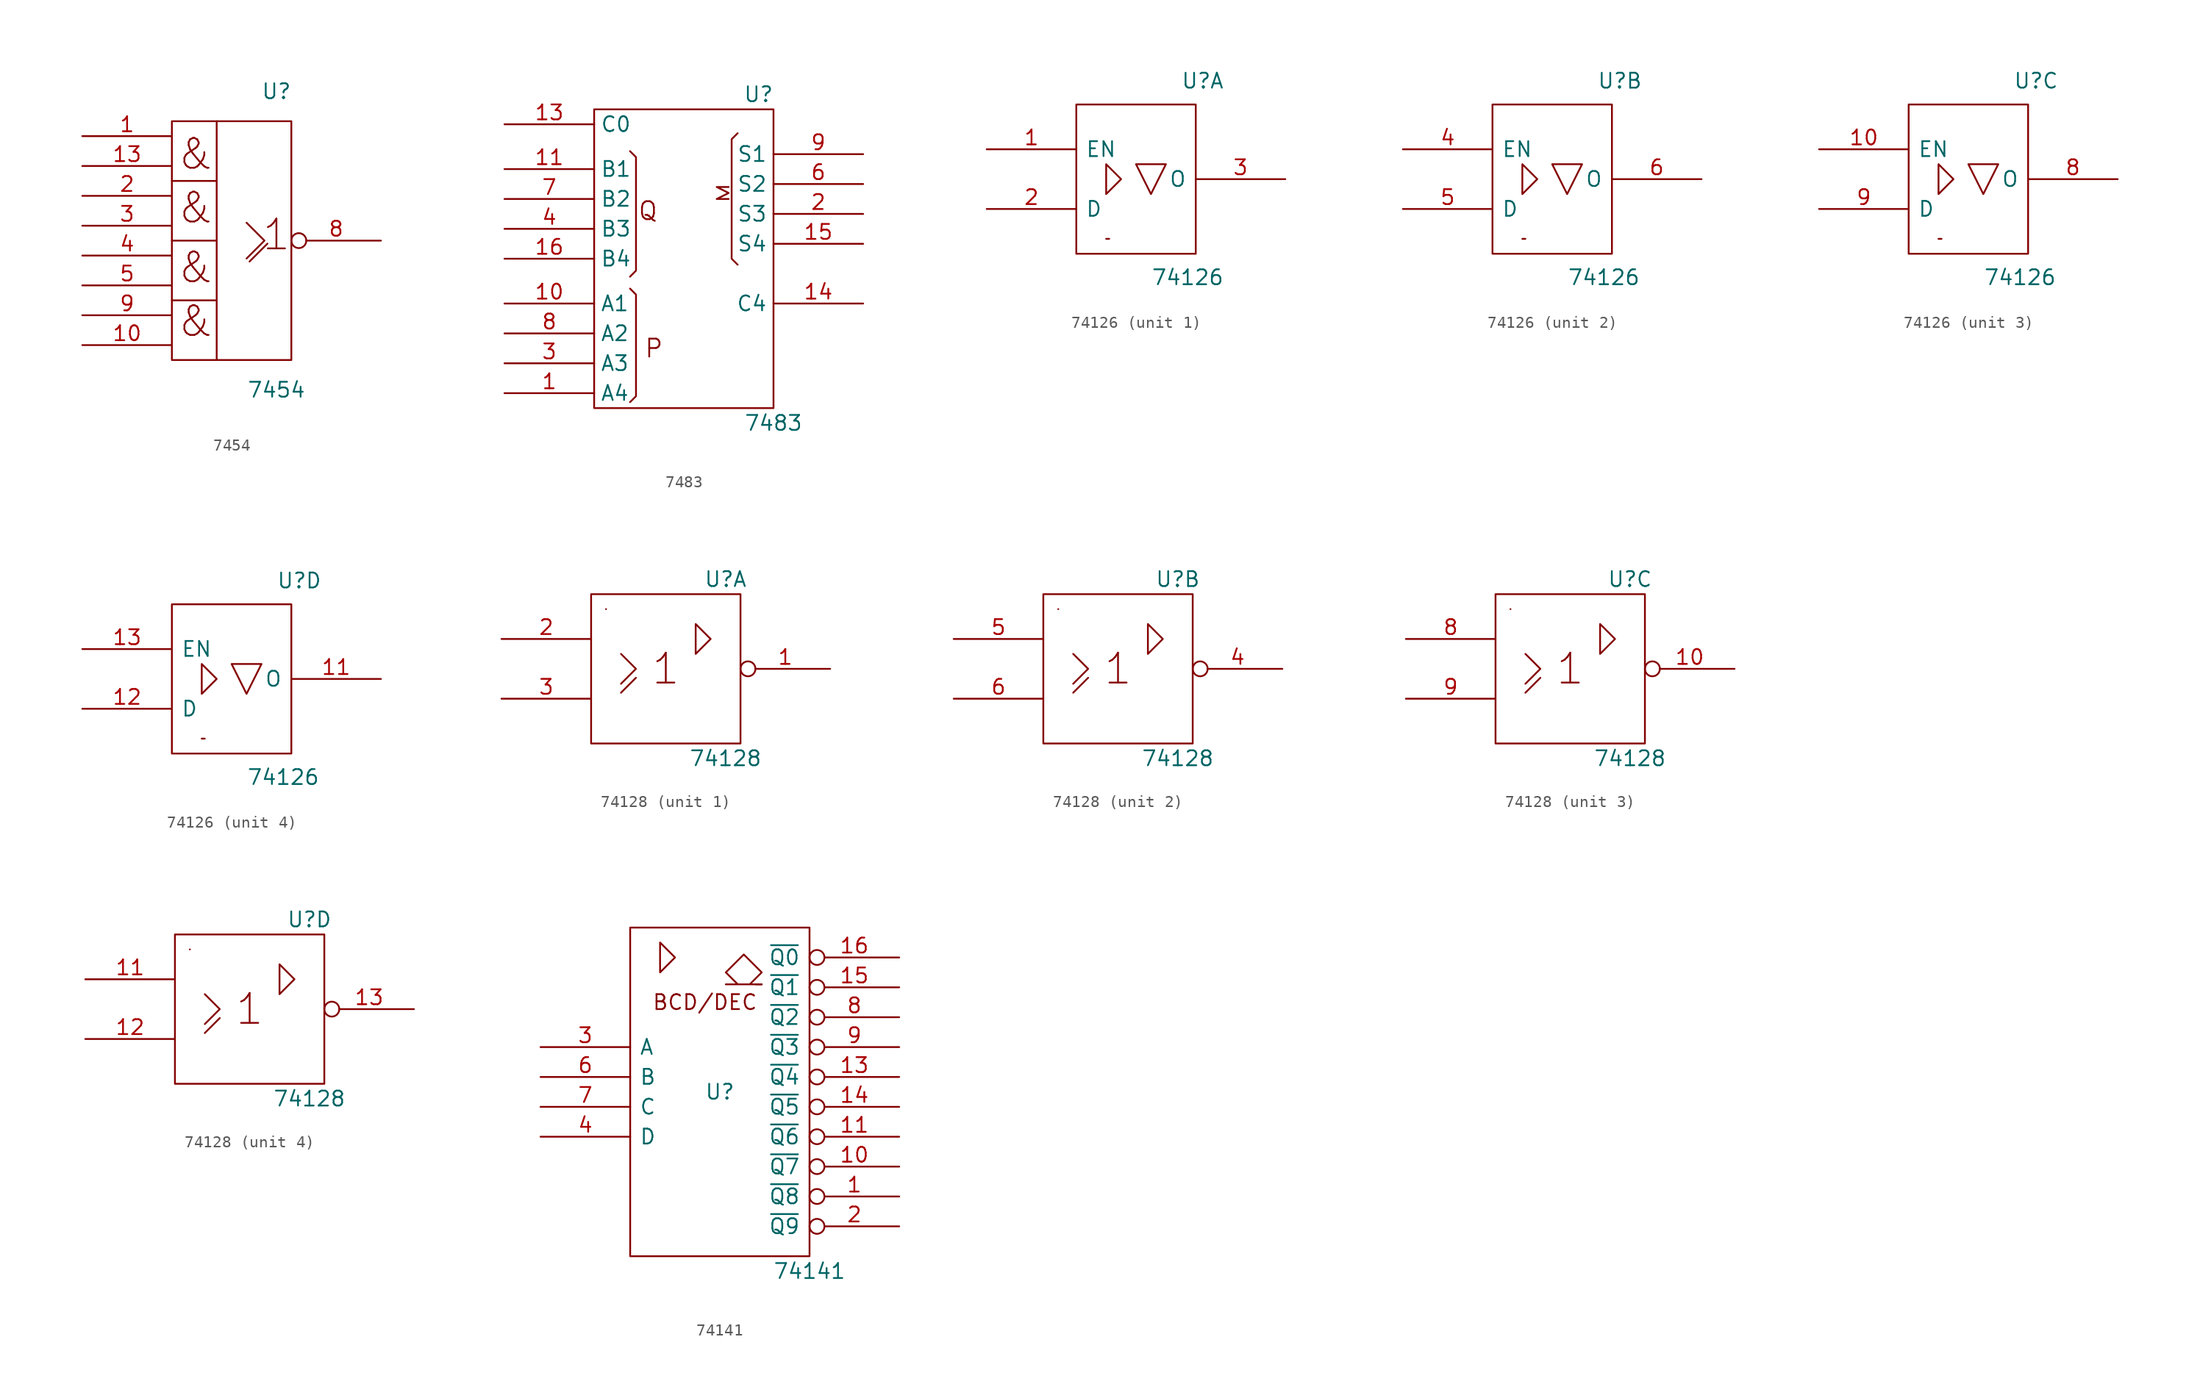
<source format=kicad_sym>
(kicad_symbol_lib
  (version 20211014)
  (generator kicad_symbol_editor)
  (symbol "7454"
    (pin_names
      (offset 0.762))
    (property "Reference" "U"
      (at 3.81 12.7 0)
      (effects (font (size 1.27 1.27))))
    (property "Value" "7454"
      (at 3.81 -12.7 0)
      (effects (font (size 1.27 1.27))))
    (symbol "7454_0_0"
      (polyline (pts (xy 1.524 -1.778) (xy 3.048 -0.254) (xy 3.048 -0.254)) (stroke (width 0) (type default) (color 0 0 0 0)) (fill (type none)))
      (polyline (pts (xy 1.27 1.524) (xy 2.794 0) (xy 1.27 -1.524) (xy 1.27 -1.524)) (stroke (width 0) (type default) (color 0 0 0 0)) (fill (type none)))
      (text "&" (at -3.048 -6.858 0) (effects (font (size 2.54 2.54))))
      (text "&" (at -3.048 -2.286 0) (effects (font (size 2.54 2.54))))
      (text "&" (at -3.048 2.794 0) (effects (font (size 2.54 2.54))))
      (text "&" (at -3.048 7.366 0) (effects (font (size 2.54 2.54))))
      (text "1" (at 3.81 0.508 0) (effects (font (size 2.54 2.54))))
      (pin power_in line (at 0 10.16 270) (length 0) hide (name "VCC" (effects (font (size 1.27 1.27)))) (number "14" (effects (font (size 1.27 1.27))))))
    (symbol "7454_0_1"
      (rectangle (start -5.08 10.16) (end 5.08 -10.16) (stroke (width 0) (type default) (color 0 0 0 0)) (fill (type none)))
      (polyline (pts (xy -1.27 10.16) (xy -1.27 5.08) (xy -5.08 5.08) (xy -1.27 5.08) (xy -1.27 0) (xy -5.08 0) (xy -1.27 0) (xy -1.27 -5.08) (xy -5.08 -5.08) (xy -1.27 -5.08) (xy -1.27 -10.16) (xy -1.27 -10.16)) (stroke (width 0) (type default) (color 0 0 0 0)) (fill (type none)))
      (pin power_in line (at 0 -10.16 90) (length 0) hide (name "GND" (effects (font (size 1.27 1.27)))) (number "7" (effects (font (size 1.27 1.27))))))
    (symbol "7454_1_1"
      (pin input line (at -12.7 8.89 0) (length 7.62) (name "~" (effects (font (size 1.27 1.27)))) (number "1" (effects (font (size 1.27 1.27)))))
      (pin input line (at -12.7 -8.89 0) (length 7.62) (name "~" (effects (font (size 1.27 1.27)))) (number "10" (effects (font (size 1.27 1.27)))))
      (pin input line (at -12.7 6.35 0) (length 7.62) (name "~" (effects (font (size 1.27 1.27)))) (number "13" (effects (font (size 1.27 1.27)))))
      (pin input line (at -12.7 3.81 0) (length 7.62) (name "~" (effects (font (size 1.27 1.27)))) (number "2" (effects (font (size 1.27 1.27)))))
      (pin input line (at -12.7 1.27 0) (length 7.62) (name "~" (effects (font (size 1.27 1.27)))) (number "3" (effects (font (size 1.27 1.27)))))
      (pin input line (at -12.7 -1.27 0) (length 7.62) (name "~" (effects (font (size 1.27 1.27)))) (number "4" (effects (font (size 1.27 1.27)))))
      (pin input line (at -12.7 -3.81 0) (length 7.62) (name "~" (effects (font (size 1.27 1.27)))) (number "5" (effects (font (size 1.27 1.27)))))
      (pin output inverted (at 12.7 0 180) (length 7.62) (name "~" (effects (font (size 1.27 1.27)))) (number "8" (effects (font (size 1.27 1.27)))))
      (pin input line (at -12.7 -6.35 0) (length 7.62) (name "~" (effects (font (size 1.27 1.27)))) (number "9" (effects (font (size 1.27 1.27)))))))
  (symbol "7483"
    (property "Reference" "U"
      (at 6.35 13.97 0)
      (effects (font (size 1.27 1.27))))
    (property "Value" "7483"
      (at 7.62 -13.97 0)
      (effects (font (size 1.27 1.27))))
    (symbol "7483_0_0"
      (rectangle (start -7.62 12.7) (end 7.62 -12.7) (stroke (width 0) (type default) (color 0 0 0 0)) (fill (type none)))
      (polyline (pts (xy -4.572 -12.192) (xy -4.064 -11.684) (xy -4.064 -3.048) (xy -4.572 -2.54) (xy -4.572 -2.54)) (stroke (width 0) (type default) (color 0 0 0 0)) (fill (type none)))
      (polyline (pts (xy -4.572 9.144) (xy -4.064 8.636) (xy -4.064 -1.016) (xy -4.572 -1.524) (xy -4.572 -1.524)) (stroke (width 0) (type default) (color 0 0 0 0)) (fill (type none)))
      (polyline (pts (xy 4.572 10.668) (xy 4.064 10.16) (xy 4.064 0) (xy 4.572 -0.508) (xy 4.572 -0.508)) (stroke (width 0) (type default) (color 0 0 0 0)) (fill (type none)))
      (polyline (pts (xy 3.81 6.096) (xy 2.794 6.096) (xy 3.81 5.588) (xy 2.794 5.08) (xy 3.81 5.08) (xy 3.81 5.08)) (stroke (width 0) (type default) (color 0 0 0 0)) (fill (type none)))
      (text "P" (at -2.54 -7.62 0) (effects (font (size 1.524 1.524))))
      (text "Q" (at -3.048 4.064 0) (effects (font (size 1.524 1.524))))
      (pin power_in line (at 0 -12.7 90) (length 0) hide (name "GND" (effects (font (size 1.27 1.27)))) (number "12" (effects (font (size 1.27 1.27)))))
      (pin power_in line (at 0 12.7 270) (length 0) hide (name "VCC" (effects (font (size 1.27 1.27)))) (number "5" (effects (font (size 1.27 1.27))))))
    (symbol "7483_1_1"
      (pin input line (at -15.24 -11.43 0) (length 7.62) (name "A4" (effects (font (size 1.27 1.27)))) (number "1" (effects (font (size 1.27 1.27)))))
      (pin input line (at -15.24 -3.81 0) (length 7.62) (name "A1" (effects (font (size 1.27 1.27)))) (number "10" (effects (font (size 1.27 1.27)))))
      (pin input line (at -15.24 7.62 0) (length 7.62) (name "B1" (effects (font (size 1.27 1.27)))) (number "11" (effects (font (size 1.27 1.27)))))
      (pin input line (at -15.24 11.43 0) (length 7.62) (name "C0" (effects (font (size 1.27 1.27)))) (number "13" (effects (font (size 1.27 1.27)))))
      (pin output line (at 15.24 -3.81 180) (length 7.62) (name "C4" (effects (font (size 1.27 1.27)))) (number "14" (effects (font (size 1.27 1.27)))))
      (pin output line (at 15.24 1.27 180) (length 7.62) (name "S4" (effects (font (size 1.27 1.27)))) (number "15" (effects (font (size 1.27 1.27)))))
      (pin input line (at -15.24 0 0) (length 7.62) (name "B4" (effects (font (size 1.27 1.27)))) (number "16" (effects (font (size 1.27 1.27)))))
      (pin output line (at 15.24 3.81 180) (length 7.62) (name "S3" (effects (font (size 1.27 1.27)))) (number "2" (effects (font (size 1.27 1.27)))))
      (pin input line (at -15.24 -8.89 0) (length 7.62) (name "A3" (effects (font (size 1.27 1.27)))) (number "3" (effects (font (size 1.27 1.27)))))
      (pin input line (at -15.24 2.54 0) (length 7.62) (name "B3" (effects (font (size 1.27 1.27)))) (number "4" (effects (font (size 1.27 1.27)))))
      (pin output line (at 15.24 6.35 180) (length 7.62) (name "S2" (effects (font (size 1.27 1.27)))) (number "6" (effects (font (size 1.27 1.27)))))
      (pin input line (at -15.24 5.08 0) (length 7.62) (name "B2" (effects (font (size 1.27 1.27)))) (number "7" (effects (font (size 1.27 1.27)))))
      (pin input line (at -15.24 -6.35 0) (length 7.62) (name "A2" (effects (font (size 1.27 1.27)))) (number "8" (effects (font (size 1.27 1.27)))))
      (pin output line (at 15.24 8.89 180) (length 7.62) (name "S1" (effects (font (size 1.27 1.27)))) (number "9" (effects (font (size 1.27 1.27)))))))
  (symbol "74126"
    (pin_names
      (offset 0.762))
    (property "Reference" "U"
      (at 3.81 7.62 0)
      (effects (font (size 1.27 1.27)) (justify left bottom)))
    (property "Value" "74126"
      (at 1.27 -7.62 0)
      (effects (font (size 1.27 1.27)) (justify left top)))
    (symbol "74126_0_0"
      (rectangle (start -2.286 -5.08) (end -2.54 -5.08) (stroke (width 0) (type default) (color 0 0 0 0)) (fill (type none)))
      (pin power_in line (at 0 6.35 270) (length 0) hide (name "VCC" (effects (font (size 1.27 1.27)))) (number "14" (effects (font (size 1.27 1.27)))))
      (pin power_in line (at 0 -6.35 90) (length 0) hide (name "GND" (effects (font (size 1.27 1.27)))) (number "7" (effects (font (size 1.27 1.27))))))
    (symbol "74126_0_1"
      (rectangle (start -5.08 6.35) (end 5.08 -6.35) (stroke (width 0) (type default) (color 0 0 0 0)) (fill (type none)))
      (polyline (pts (xy -2.54 1.27) (xy -2.54 -1.27) (xy -1.27 0) (xy -2.54 1.27) (xy -2.54 1.27)) (stroke (width 0) (type default) (color 0 0 0 0)) (fill (type none)))
      (polyline (pts (xy 0 1.27) (xy 2.54 1.27) (xy 1.27 -1.27) (xy 0 1.27) (xy 0 1.27)) (stroke (width 0) (type default) (color 0 0 0 0)) (fill (type none))))
    (symbol "74126_1_0"
      (pin input line (at -12.7 2.54 0) (length 7.62) (name "EN" (effects (font (size 1.27 1.27)))) (number "1" (effects (font (size 1.27 1.27))))))
    (symbol "74126_1_1"
      (pin input line (at -12.7 -2.54 0) (length 7.62) (name "D" (effects (font (size 1.27 1.27)))) (number "2" (effects (font (size 1.27 1.27)))))
      (pin tri_state line (at 12.7 0 180) (length 7.62) (name "O" (effects (font (size 1.27 1.27)))) (number "3" (effects (font (size 1.27 1.27))))))
    (symbol "74126_2_0"
      (pin input line (at -12.7 2.54 0) (length 7.62) (name "EN" (effects (font (size 1.27 1.27)))) (number "4" (effects (font (size 1.27 1.27))))))
    (symbol "74126_2_1"
      (pin input line (at -12.7 -2.54 0) (length 7.62) (name "D" (effects (font (size 1.27 1.27)))) (number "5" (effects (font (size 1.27 1.27)))))
      (pin tri_state line (at 12.7 0 180) (length 7.62) (name "O" (effects (font (size 1.27 1.27)))) (number "6" (effects (font (size 1.27 1.27))))))
    (symbol "74126_3_0"
      (pin input line (at -12.7 2.54 0) (length 7.62) (name "EN" (effects (font (size 1.27 1.27)))) (number "10" (effects (font (size 1.27 1.27))))))
    (symbol "74126_3_1"
      (pin tri_state line (at 12.7 0 180) (length 7.62) (name "O" (effects (font (size 1.27 1.27)))) (number "8" (effects (font (size 1.27 1.27)))))
      (pin input line (at -12.7 -2.54 0) (length 7.62) (name "D" (effects (font (size 1.27 1.27)))) (number "9" (effects (font (size 1.27 1.27))))))
    (symbol "74126_4_0"
      (pin input line (at -12.7 2.54 0) (length 7.62) (name "EN" (effects (font (size 1.27 1.27)))) (number "13" (effects (font (size 1.27 1.27))))))
    (symbol "74126_4_1"
      (pin tri_state line (at 12.7 0 180) (length 7.62) (name "O" (effects (font (size 1.27 1.27)))) (number "11" (effects (font (size 1.27 1.27)))))
      (pin input line (at -12.7 -2.54 0) (length 7.62) (name "D" (effects (font (size 1.27 1.27)))) (number "12" (effects (font (size 1.27 1.27)))))))
  (symbol "74128"
    (pin_names
      (offset 0.762))
    (property "Reference" "U"
      (at 5.08 7.62 0)
      (effects (font (size 1.27 1.27))))
    (property "Value" "74128"
      (at 5.08 -7.62 0)
      (effects (font (size 1.27 1.27))))
    (symbol "74128_0_0"
      (rectangle (start -5.08 5.08) (end -5.08 5.08) (stroke (width 0) (type default) (color 0 0 0 0)) (fill (type none)))
      (polyline (pts (xy -3.81 -2.032) (xy -2.54 -0.762) (xy -2.54 -0.762)) (stroke (width 0) (type default) (color 0 0 0 0)) (fill (type none)))
      (polyline (pts (xy -3.81 1.27) (xy -2.54 0) (xy -3.81 -1.27) (xy -3.81 -1.27)) (stroke (width 0) (type default) (color 0 0 0 0)) (fill (type none)))
      (polyline (pts (xy 2.54 3.81) (xy 2.54 1.27) (xy 3.81 2.54) (xy 2.54 3.81) (xy 2.54 3.81)) (stroke (width 0) (type default) (color 0 0 0 0)) (fill (type none)))
      (text "1" (at 0 0 0) (effects (font (size 2.54 2.54))))
      (pin power_in line (at 0 6.35 270) (length 0) hide (name "VCC" (effects (font (size 1.27 1.27)))) (number "14" (effects (font (size 1.27 1.27)))))
      (pin power_in line (at 0 -6.35 90) (length 0) hide (name "GND" (effects (font (size 1.27 1.27)))) (number "7" (effects (font (size 1.27 1.27))))))
    (symbol "74128_0_1"
      (rectangle (start -6.35 6.35) (end 6.35 -6.35) (stroke (width 0) (type default) (color 0 0 0 0)) (fill (type none))))
    (symbol "74128_1_1"
      (pin output inverted (at 13.97 0 180) (length 7.62) (name "~" (effects (font (size 1.27 1.27)))) (number "1" (effects (font (size 1.27 1.27)))))
      (pin input line (at -13.97 2.54 0) (length 7.62) (name "~" (effects (font (size 1.27 1.27)))) (number "2" (effects (font (size 1.27 1.27)))))
      (pin input line (at -13.97 -2.54 0) (length 7.62) (name "~" (effects (font (size 1.27 1.27)))) (number "3" (effects (font (size 1.27 1.27))))))
    (symbol "74128_2_1"
      (pin output inverted (at 13.97 0 180) (length 7.62) (name "~" (effects (font (size 1.27 1.27)))) (number "4" (effects (font (size 1.27 1.27)))))
      (pin input line (at -13.97 2.54 0) (length 7.62) (name "~" (effects (font (size 1.27 1.27)))) (number "5" (effects (font (size 1.27 1.27)))))
      (pin input line (at -13.97 -2.54 0) (length 7.62) (name "~" (effects (font (size 1.27 1.27)))) (number "6" (effects (font (size 1.27 1.27))))))
    (symbol "74128_3_1"
      (pin output inverted (at 13.97 0 180) (length 7.62) (name "~" (effects (font (size 1.27 1.27)))) (number "10" (effects (font (size 1.27 1.27)))))
      (pin input line (at -13.97 2.54 0) (length 7.62) (name "~" (effects (font (size 1.27 1.27)))) (number "8" (effects (font (size 1.27 1.27)))))
      (pin input line (at -13.97 -2.54 0) (length 7.62) (name "~" (effects (font (size 1.27 1.27)))) (number "9" (effects (font (size 1.27 1.27))))))
    (symbol "74128_4_1"
      (pin input line (at -13.97 2.54 0) (length 7.62) (name "~" (effects (font (size 1.27 1.27)))) (number "11" (effects (font (size 1.27 1.27)))))
      (pin input line (at -13.97 -2.54 0) (length 7.62) (name "~" (effects (font (size 1.27 1.27)))) (number "12" (effects (font (size 1.27 1.27)))))
      (pin output inverted (at 13.97 0 180) (length 7.62) (name "~" (effects (font (size 1.27 1.27)))) (number "13" (effects (font (size 1.27 1.27)))))))
  (symbol "74141"
    (pin_names
      (offset 0.762))
    (property "Reference" "U"
      (at 0 0 0)
      (effects (font (size 1.27 1.27))))
    (property "Value" "74141"
      (at 7.62 -15.24 0)
      (effects (font (size 1.27 1.27))))
    (symbol "74141_0_0"
      (polyline (pts (xy 3.556 9.144) (xy 3.048 9.144) (xy 3.048 9.144)) (stroke (width 0) (type default) (color 0 0 0 0)) (fill (type none)))
      (polyline (pts (xy -5.08 12.7) (xy -5.08 10.16) (xy -3.81 11.43) (xy -5.08 12.7) (xy -5.08 12.7)) (stroke (width 0) (type default) (color 0 0 0 0)) (fill (type none)))
      (polyline (pts (xy 2.54 9.144) (xy 3.556 10.16) (xy 2.032 11.684) (xy 0.508 10.16) (xy 1.524 9.144) (xy 0.508 9.144) (xy 3.556 9.144)) (stroke (width 0) (type default) (color 0 0 0 0)) (fill (type none)))
      (text "BCD/DEC" (at -1.27 7.62 0) (effects (font (size 1.27 1.27))))
      (pin power_in line (at 0 -13.97 90) (length 0) hide (name "GND" (effects (font (size 1.27 1.27)))) (number "12" (effects (font (size 1.27 1.27)))))
      (pin power_in line (at 0 13.97 270) (length 0) hide (name "VCC" (effects (font (size 1.27 1.27)))) (number "5" (effects (font (size 1.27 1.27))))))
    (symbol "74141_0_1"
      (rectangle (start -7.62 13.97) (end 7.62 -13.97) (stroke (width 0) (type default) (color 0 0 0 0)) (fill (type none))))
    (symbol "74141_1_1"
      (pin open_collector inverted (at 15.24 -8.89 180) (length 7.62) (name "~{Q8}" (effects (font (size 1.27 1.27)))) (number "1" (effects (font (size 1.27 1.27)))))
      (pin open_collector inverted (at 15.24 -6.35 180) (length 7.62) (name "~{Q7}" (effects (font (size 1.27 1.27)))) (number "10" (effects (font (size 1.27 1.27)))))
      (pin open_collector inverted (at 15.24 -3.81 180) (length 7.62) (name "~{Q6}" (effects (font (size 1.27 1.27)))) (number "11" (effects (font (size 1.27 1.27)))))
      (pin open_collector inverted (at 15.24 1.27 180) (length 7.62) (name "~{Q4}" (effects (font (size 1.27 1.27)))) (number "13" (effects (font (size 1.27 1.27)))))
      (pin open_collector inverted (at 15.24 -1.27 180) (length 7.62) (name "~{Q5}" (effects (font (size 1.27 1.27)))) (number "14" (effects (font (size 1.27 1.27)))))
      (pin open_collector inverted (at 15.24 8.89 180) (length 7.62) (name "~{Q1}" (effects (font (size 1.27 1.27)))) (number "15" (effects (font (size 1.27 1.27)))))
      (pin open_collector inverted (at 15.24 11.43 180) (length 7.62) (name "~{Q0}" (effects (font (size 1.27 1.27)))) (number "16" (effects (font (size 1.27 1.27)))))
      (pin open_collector inverted (at 15.24 -11.43 180) (length 7.62) (name "~{Q9}" (effects (font (size 1.27 1.27)))) (number "2" (effects (font (size 1.27 1.27)))))
      (pin input line (at -15.24 3.81 0) (length 7.62) (name "A" (effects (font (size 1.27 1.27)))) (number "3" (effects (font (size 1.27 1.27)))))
      (pin input line (at -15.24 -3.81 0) (length 7.62) (name "D" (effects (font (size 1.27 1.27)))) (number "4" (effects (font (size 1.27 1.27)))))
      (pin input line (at -15.24 1.27 0) (length 7.62) (name "B" (effects (font (size 1.27 1.27)))) (number "6" (effects (font (size 1.27 1.27)))))
      (pin input line (at -15.24 -1.27 0) (length 7.62) (name "C" (effects (font (size 1.27 1.27)))) (number "7" (effects (font (size 1.27 1.27)))))
      (pin open_collector inverted (at 15.24 6.35 180) (length 7.62) (name "~{Q2}" (effects (font (size 1.27 1.27)))) (number "8" (effects (font (size 1.27 1.27)))))
      (pin open_collector inverted (at 15.24 3.81 180) (length 7.62) (name "~{Q3}" (effects (font (size 1.27 1.27)))) (number "9" (effects (font (size 1.27 1.27))))))))
</source>
